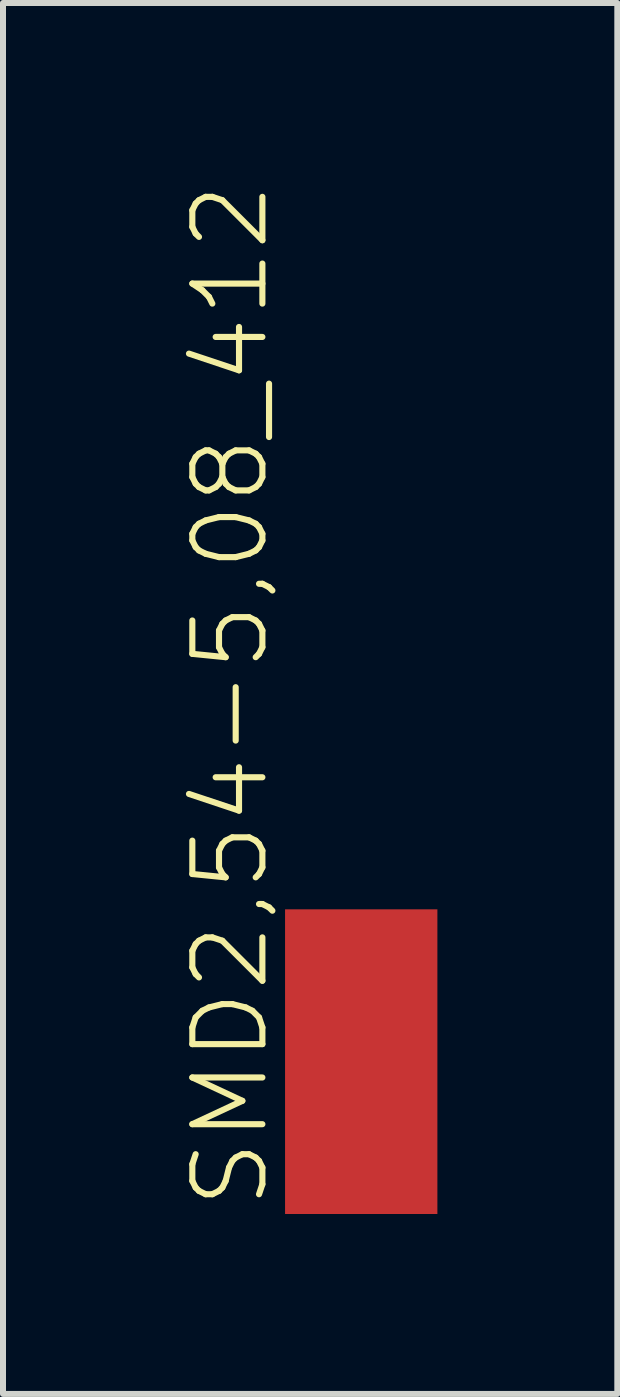
<source format=kicad_pcb>
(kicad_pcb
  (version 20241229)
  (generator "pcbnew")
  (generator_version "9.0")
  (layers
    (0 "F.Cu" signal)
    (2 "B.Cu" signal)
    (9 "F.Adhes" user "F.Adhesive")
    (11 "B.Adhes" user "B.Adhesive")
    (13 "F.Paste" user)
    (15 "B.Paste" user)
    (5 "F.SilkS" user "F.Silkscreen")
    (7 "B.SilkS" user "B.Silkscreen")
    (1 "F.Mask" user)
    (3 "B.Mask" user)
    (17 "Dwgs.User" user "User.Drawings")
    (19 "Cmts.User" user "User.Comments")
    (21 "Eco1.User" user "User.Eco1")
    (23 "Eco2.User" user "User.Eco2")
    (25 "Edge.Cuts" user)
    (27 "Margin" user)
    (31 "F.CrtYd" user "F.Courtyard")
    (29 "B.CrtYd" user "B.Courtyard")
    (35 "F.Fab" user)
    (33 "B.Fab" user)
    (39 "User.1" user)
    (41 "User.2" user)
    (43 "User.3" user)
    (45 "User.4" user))
  (footprint "SMD2,54-5,08_412"
    (layer "F.Cu")
    (at 2.973 14.652)
    (property "Reference" "SMD2,54-5,08_412" (at -1.5 2.5 90) (unlocked yes) (layer "F.SilkS") (effects (font (size 1.168 1.168) (thickness 0.102)) (justify left bottom)))
    (pad "1" smd rect (at 0 0) (size 2.54 5.08) (layers "F.Cu" "F.Mask" "F.Paste")))
  (gr_rect
    (start -3 -3)
    (end 7.243 20.192)
    (stroke (width 0.1) (type default))
    (fill no)
    (layer "Edge.Cuts")))
</source>
